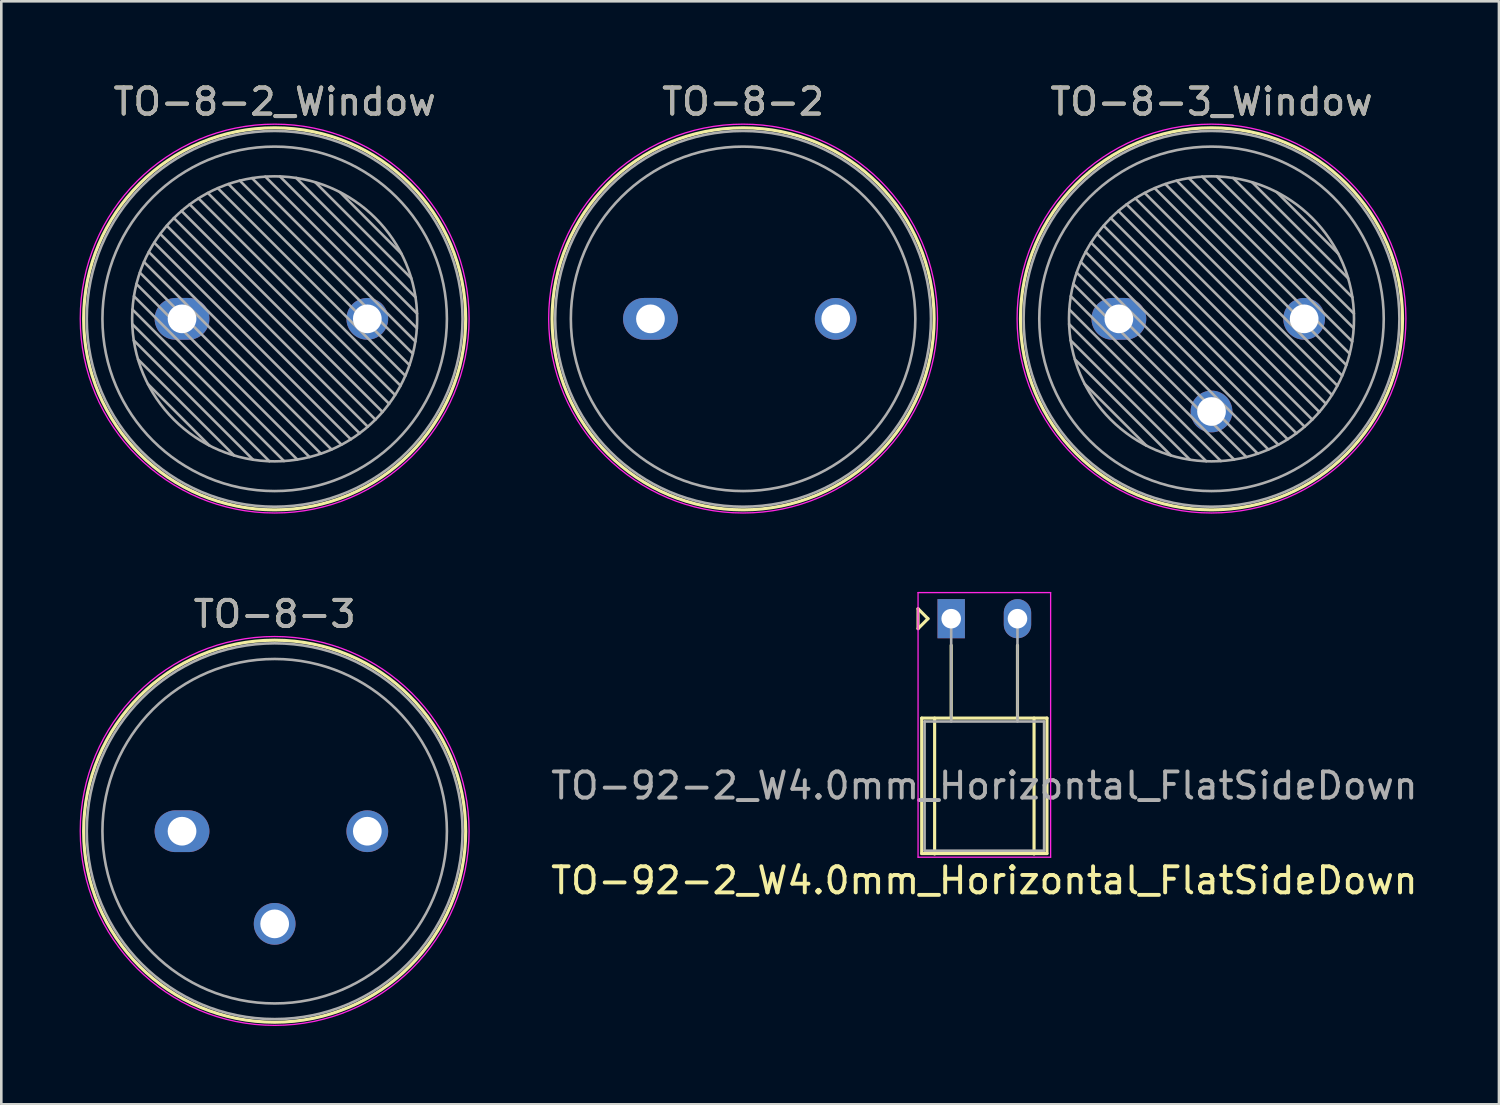
<source format=kicad_pcb>
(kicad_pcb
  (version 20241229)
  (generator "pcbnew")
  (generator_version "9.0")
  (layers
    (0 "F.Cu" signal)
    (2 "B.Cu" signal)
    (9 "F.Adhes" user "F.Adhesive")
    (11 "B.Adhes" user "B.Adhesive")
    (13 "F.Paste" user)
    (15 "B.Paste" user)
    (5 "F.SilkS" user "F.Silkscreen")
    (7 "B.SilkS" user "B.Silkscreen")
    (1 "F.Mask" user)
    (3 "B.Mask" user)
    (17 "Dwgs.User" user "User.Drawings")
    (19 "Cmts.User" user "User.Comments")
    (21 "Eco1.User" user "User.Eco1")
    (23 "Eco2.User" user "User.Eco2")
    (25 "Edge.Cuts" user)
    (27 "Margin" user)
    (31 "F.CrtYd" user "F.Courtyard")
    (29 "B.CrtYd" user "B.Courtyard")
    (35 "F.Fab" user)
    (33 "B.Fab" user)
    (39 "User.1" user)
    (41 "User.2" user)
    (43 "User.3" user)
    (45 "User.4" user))
  (footprint "TO-8-2_Window"
    (layer "F.Cu")
    (at 3.925 9.168)
    (property "Reference" "TO-8-2_Window" (at 3.55 -8.32 0) (layer "F.SilkS") (effects (font (size 1 1) (thickness 0.15))))
    (attr through_hole)
    (fp_circle (center 3.55 0) (end 10.87 0) (stroke (width 0.12) (type solid)) (fill no) (layer "F.SilkS"))
    (fp_circle (center 3.55 -0.01) (end 11 -0.01) (stroke (width 0.05) (type solid)) (fill no) (layer "F.CrtYd"))
    (fp_line (start -1.908 0.2) (end 3.35 5.458) (stroke (width 0.1) (type solid)) (layer "F.Fab"))
    (fp_line (start -1.9 -0.359) (end 3.909 5.45) (stroke (width 0.1) (type solid)) (layer "F.Fab"))
    (fp_line (start -1.849 0.825) (end 2.725 5.399) (stroke (width 0.1) (type solid)) (layer "F.Fab"))
    (fp_line (start -1.842 -0.867) (end 4.417 5.392) (stroke (width 0.1) (type solid)) (layer "F.Fab"))
    (fp_line (start -1.746 -1.336) (end 4.886 5.296) (stroke (width 0.1) (type solid)) (layer "F.Fab"))
    (fp_line (start -1.686 1.553) (end 1.997 5.236) (stroke (width 0.1) (type solid)) (layer "F.Fab"))
    (fp_line (start -1.616 -1.772) (end 5.322 5.166) (stroke (width 0.1) (type solid)) (layer "F.Fab"))
    (fp_line (start -1.458 -2.18) (end 5.73 5.008) (stroke (width 0.1) (type solid)) (layer "F.Fab"))
    (fp_line (start -1.307 2.498) (end 1.052 4.857) (stroke (width 0.1) (type solid)) (layer "F.Fab"))
    (fp_line (start -1.274 -2.561) (end 6.111 4.824) (stroke (width 0.1) (type solid)) (layer "F.Fab"))
    (fp_line (start -1.066 -2.919) (end 6.469 4.616) (stroke (width 0.1) (type solid)) (layer "F.Fab"))
    (fp_line (start -0.836 -3.255) (end 6.805 4.386) (stroke (width 0.1) (type solid)) (layer "F.Fab"))
    (fp_line (start -0.584 -3.569) (end 7.119 4.134) (stroke (width 0.1) (type solid)) (layer "F.Fab"))
    (fp_line (start -0.312 -3.862) (end 7.412 3.862) (stroke (width 0.1) (type solid)) (layer "F.Fab"))
    (fp_line (start -0.019 -4.134) (end 7.684 3.569) (stroke (width 0.1) (type solid)) (layer "F.Fab"))
    (fp_line (start 0.295 -4.386) (end 7.936 3.255) (stroke (width 0.1) (type solid)) (layer "F.Fab"))
    (fp_line (start 0.631 -4.616) (end 8.166 2.919) (stroke (width 0.1) (type solid)) (layer "F.Fab"))
    (fp_line (start 0.989 -4.824) (end 8.374 2.561) (stroke (width 0.1) (type solid)) (layer "F.Fab"))
    (fp_line (start 1.37 -5.008) (end 8.558 2.18) (stroke (width 0.1) (type solid)) (layer "F.Fab"))
    (fp_line (start 1.778 -5.166) (end 8.716 1.772) (stroke (width 0.1) (type solid)) (layer "F.Fab"))
    (fp_line (start 2.214 -5.296) (end 8.846 1.336) (stroke (width 0.1) (type solid)) (layer "F.Fab"))
    (fp_line (start 2.683 -5.392) (end 8.942 0.867) (stroke (width 0.1) (type solid)) (layer "F.Fab"))
    (fp_line (start 3.191 -5.45) (end 9 0.359) (stroke (width 0.1) (type solid)) (layer "F.Fab"))
    (fp_line (start 3.75 -5.458) (end 9.008 -0.2) (stroke (width 0.1) (type solid)) (layer "F.Fab"))
    (fp_line (start 4.375 -5.399) (end 8.949 -0.825) (stroke (width 0.1) (type solid)) (layer "F.Fab"))
    (fp_line (start 5.103 -5.236) (end 8.786 -1.553) (stroke (width 0.1) (type solid)) (layer "F.Fab"))
    (fp_line (start 6.048 -4.857) (end 8.407 -2.498) (stroke (width 0.1) (type solid)) (layer "F.Fab"))
    (fp_circle (center 3.55 0) (end 9.011 0) (stroke (width 0.1) (type solid)) (fill no) (layer "F.Fab"))
    (fp_circle (center 3.55 0) (end 10.15 0) (stroke (width 0.1) (type solid)) (fill no) (layer "F.Fab"))
    (fp_circle (center 3.55 0) (end 10.75 0) (stroke (width 0.1) (type solid)) (fill no) (layer "F.Fab"))
    (fp_text user "${REFERENCE}" (at 3.55 -8.32 0) (layer "F.Fab") (effects (font (size 1 1) (thickness 0.15))))
    (pad "1" thru_hole oval (at 0 0) (size 2.1 1.6) (drill 1.1) (layers "*.Cu" "*.Mask"))
    (pad "2" thru_hole oval (at 7.1 0) (size 1.6 1.6) (drill 1.1) (layers "*.Cu" "*.Mask")))
  (footprint "TO-8-3"
    (layer "F.Cu")
    (at 3.925 28.802)
    (property "Reference" "TO-8-3" (at 3.55 -8.32 0) (layer "F.SilkS") (effects (font (size 1 1) (thickness 0.15))))
    (attr through_hole)
    (fp_circle (center 3.55 0) (end 10.87 0) (stroke (width 0.12) (type solid)) (fill no) (layer "F.SilkS"))
    (fp_circle (center 3.55 -0.01) (end 11 -0.01) (stroke (width 0.05) (type solid)) (fill no) (layer "F.CrtYd"))
    (fp_circle (center 3.55 0) (end 10.15 0) (stroke (width 0.1) (type solid)) (fill no) (layer "F.Fab"))
    (fp_circle (center 3.55 0) (end 10.75 0) (stroke (width 0.1) (type solid)) (fill no) (layer "F.Fab"))
    (fp_text user "${REFERENCE}" (at 3.55 -8.32 0) (layer "F.Fab") (effects (font (size 1 1) (thickness 0.15))))
    (pad "1" thru_hole oval (at 0 0) (size 2.1 1.6) (drill 1.1) (layers "*.Cu" "*.Mask"))
    (pad "2" thru_hole oval (at 3.55 3.55) (size 1.6 1.6) (drill 1.1) (layers "*.Cu" "*.Mask"))
    (pad "3" thru_hole oval (at 7.1 0) (size 1.6 1.6) (drill 1.1) (layers "*.Cu" "*.Mask")))
  (footprint "TO-8-3_Window"
    (layer "F.Cu")
    (at 39.825 9.168)
    (property "Reference" "TO-8-3_Window" (at 3.55 -8.32 0) (layer "F.SilkS") (effects (font (size 1 1) (thickness 0.15))))
    (attr through_hole)
    (fp_circle (center 3.55 0) (end 10.87 0) (stroke (width 0.12) (type solid)) (fill no) (layer "F.SilkS"))
    (fp_circle (center 3.55 -0.01) (end 11 -0.01) (stroke (width 0.05) (type solid)) (fill no) (layer "F.CrtYd"))
    (fp_line (start -1.908 0.2) (end 3.35 5.458) (stroke (width 0.1) (type solid)) (layer "F.Fab"))
    (fp_line (start -1.9 -0.359) (end 3.909 5.45) (stroke (width 0.1) (type solid)) (layer "F.Fab"))
    (fp_line (start -1.849 0.825) (end 2.725 5.399) (stroke (width 0.1) (type solid)) (layer "F.Fab"))
    (fp_line (start -1.842 -0.867) (end 4.417 5.392) (stroke (width 0.1) (type solid)) (layer "F.Fab"))
    (fp_line (start -1.746 -1.336) (end 4.886 5.296) (stroke (width 0.1) (type solid)) (layer "F.Fab"))
    (fp_line (start -1.686 1.553) (end 1.997 5.236) (stroke (width 0.1) (type solid)) (layer "F.Fab"))
    (fp_line (start -1.616 -1.772) (end 5.322 5.166) (stroke (width 0.1) (type solid)) (layer "F.Fab"))
    (fp_line (start -1.458 -2.18) (end 5.73 5.008) (stroke (width 0.1) (type solid)) (layer "F.Fab"))
    (fp_line (start -1.307 2.498) (end 1.052 4.857) (stroke (width 0.1) (type solid)) (layer "F.Fab"))
    (fp_line (start -1.274 -2.561) (end 6.111 4.824) (stroke (width 0.1) (type solid)) (layer "F.Fab"))
    (fp_line (start -1.066 -2.919) (end 6.469 4.616) (stroke (width 0.1) (type solid)) (layer "F.Fab"))
    (fp_line (start -0.836 -3.255) (end 6.805 4.386) (stroke (width 0.1) (type solid)) (layer "F.Fab"))
    (fp_line (start -0.584 -3.569) (end 7.119 4.134) (stroke (width 0.1) (type solid)) (layer "F.Fab"))
    (fp_line (start -0.312 -3.862) (end 7.412 3.862) (stroke (width 0.1) (type solid)) (layer "F.Fab"))
    (fp_line (start -0.019 -4.134) (end 7.684 3.569) (stroke (width 0.1) (type solid)) (layer "F.Fab"))
    (fp_line (start 0.295 -4.386) (end 7.936 3.255) (stroke (width 0.1) (type solid)) (layer "F.Fab"))
    (fp_line (start 0.631 -4.616) (end 8.166 2.919) (stroke (width 0.1) (type solid)) (layer "F.Fab"))
    (fp_line (start 0.989 -4.824) (end 8.374 2.561) (stroke (width 0.1) (type solid)) (layer "F.Fab"))
    (fp_line (start 1.37 -5.008) (end 8.558 2.18) (stroke (width 0.1) (type solid)) (layer "F.Fab"))
    (fp_line (start 1.778 -5.166) (end 8.716 1.772) (stroke (width 0.1) (type solid)) (layer "F.Fab"))
    (fp_line (start 2.214 -5.296) (end 8.846 1.336) (stroke (width 0.1) (type solid)) (layer "F.Fab"))
    (fp_line (start 2.683 -5.392) (end 8.942 0.867) (stroke (width 0.1) (type solid)) (layer "F.Fab"))
    (fp_line (start 3.191 -5.45) (end 9 0.359) (stroke (width 0.1) (type solid)) (layer "F.Fab"))
    (fp_line (start 3.75 -5.458) (end 9.008 -0.2) (stroke (width 0.1) (type solid)) (layer "F.Fab"))
    (fp_line (start 4.375 -5.399) (end 8.949 -0.825) (stroke (width 0.1) (type solid)) (layer "F.Fab"))
    (fp_line (start 5.103 -5.236) (end 8.786 -1.553) (stroke (width 0.1) (type solid)) (layer "F.Fab"))
    (fp_line (start 6.048 -4.857) (end 8.407 -2.498) (stroke (width 0.1) (type solid)) (layer "F.Fab"))
    (fp_circle (center 3.55 0) (end 9.011 0) (stroke (width 0.1) (type solid)) (fill no) (layer "F.Fab"))
    (fp_circle (center 3.55 0) (end 10.15 0) (stroke (width 0.1) (type solid)) (fill no) (layer "F.Fab"))
    (fp_circle (center 3.55 0) (end 10.75 0) (stroke (width 0.1) (type solid)) (fill no) (layer "F.Fab"))
    (fp_text user "${REFERENCE}" (at 3.55 -8.32 0) (layer "F.Fab") (effects (font (size 1 1) (thickness 0.15))))
    (pad "1" thru_hole oval (at 0 0) (size 2.1 1.6) (drill 1.1) (layers "*.Cu" "*.Mask"))
    (pad "2" thru_hole oval (at 3.55 3.55) (size 1.6 1.6) (drill 1.1) (layers "*.Cu" "*.Mask"))
    (pad "3" thru_hole oval (at 7.1 0) (size 1.6 1.6) (drill 1.1) (layers "*.Cu" "*.Mask")))
  (footprint "TO-92-2_W4.0mm_Horizontal_FlatSideDown"
    (layer "F.Cu")
    (at 33.4 20.658)
    (property "Reference" "TO-92-2_W4.0mm_Horizontal_FlatSideDown" (at 1.27 10.033 0) (layer "F.SilkS") (effects (font (size 1 1) (thickness 0.15))))
    (attr through_hole)
    (fp_line (start -1.27 -0.381) (end -1.27 0.381) (stroke (width 0.12) (type solid)) (layer "F.SilkS"))
    (fp_line (start -1.27 0.381) (end -0.889 0) (stroke (width 0.12) (type solid)) (layer "F.SilkS"))
    (fp_line (start -1.13 3.81) (end 3.67 3.81) (stroke (width 0.12) (type solid)) (layer "F.SilkS"))
    (fp_line (start -1.13 9) (end -1.13 3.81) (stroke (width 0.12) (type solid)) (layer "F.SilkS"))
    (fp_line (start -0.889 0) (end -1.27 -0.381) (stroke (width 0.12) (type solid)) (layer "F.SilkS"))
    (fp_line (start -0.635 3.81) (end -0.635 9.017) (stroke (width 0.12) (type solid)) (layer "F.SilkS"))
    (fp_line (start 0 1.02) (end 0 3.81) (stroke (width 0.12) (type solid)) (layer "F.SilkS"))
    (fp_line (start 2.54 1.02) (end 2.54 3.81) (stroke (width 0.12) (type solid)) (layer "F.SilkS"))
    (fp_line (start 3.175 3.81) (end 3.175 9.017) (stroke (width 0.12) (type solid)) (layer "F.SilkS"))
    (fp_line (start 3.67 3.81) (end 3.67 9) (stroke (width 0.12) (type solid)) (layer "F.SilkS"))
    (fp_line (start 3.67 9) (end -1.13 9) (stroke (width 0.12) (type solid)) (layer "F.SilkS"))
    (fp_line (start -1.27 -1) (end -1.27 9.14) (stroke (width 0.05) (type solid)) (layer "F.CrtYd"))
    (fp_line (start -1.27 -1) (end 3.81 -1) (stroke (width 0.05) (type solid)) (layer "F.CrtYd"))
    (fp_line (start 3.81 9.14) (end -1.27 9.14) (stroke (width 0.05) (type solid)) (layer "F.CrtYd"))
    (fp_line (start 3.81 9.14) (end 3.81 -1) (stroke (width 0.05) (type solid)) (layer "F.CrtYd"))
    (fp_line (start -1.02 3.94) (end 3.56 3.94) (stroke (width 0.1) (type solid)) (layer "F.Fab"))
    (fp_line (start -1.02 8.89) (end -1.02 3.94) (stroke (width 0.1) (type solid)) (layer "F.Fab"))
    (fp_line (start 0 3.94) (end 0 0) (stroke (width 0.1) (type solid)) (layer "F.Fab"))
    (fp_line (start 2.54 3.94) (end 2.54 0) (stroke (width 0.1) (type solid)) (layer "F.Fab"))
    (fp_line (start 3.56 3.94) (end 3.56 8.89) (stroke (width 0.1) (type solid)) (layer "F.Fab"))
    (fp_line (start 3.56 8.89) (end -1.02 8.89) (stroke (width 0.1) (type solid)) (layer "F.Fab"))
    (fp_text user "${REFERENCE}" (at 1.27 6.4 0) (layer "F.Fab") (effects (font (size 1 1) (thickness 0.15))))
    (pad "1" thru_hole rect (at 0 0) (size 1.05 1.5) (drill 0.75) (layers "*.Cu" "*.Mask"))
    (pad "3" thru_hole oval (at 2.54 0) (size 1.05 1.5) (drill 0.75) (layers "*.Cu" "*.Mask")))
  (footprint "TO-8-2"
    (layer "F.Cu")
    (at 21.875 9.168)
    (property "Reference" "TO-8-2" (at 3.55 -8.32 0) (layer "F.SilkS") (effects (font (size 1 1) (thickness 0.15))))
    (attr through_hole)
    (fp_circle (center 3.55 0) (end 10.87 0) (stroke (width 0.12) (type solid)) (fill no) (layer "F.SilkS"))
    (fp_circle (center 3.55 -0.01) (end 11 -0.01) (stroke (width 0.05) (type solid)) (fill no) (layer "F.CrtYd"))
    (fp_circle (center 3.55 0) (end 10.15 0) (stroke (width 0.1) (type solid)) (fill no) (layer "F.Fab"))
    (fp_circle (center 3.55 0) (end 10.75 0) (stroke (width 0.1) (type solid)) (fill no) (layer "F.Fab"))
    (fp_text user "${REFERENCE}" (at 3.55 -8.32 0) (layer "F.Fab") (effects (font (size 1 1) (thickness 0.15))))
    (pad "1" thru_hole oval (at 0 0) (size 2.1 1.6) (drill 1.1) (layers "*.Cu" "*.Mask"))
    (pad "2" thru_hole oval (at 7.1 0) (size 1.6 1.6) (drill 1.1) (layers "*.Cu" "*.Mask")))
  (gr_rect
    (start -3 -3)
    (end 54.39 39.267)
    (stroke (width 0.1) (type default))
    (fill no)
    (layer "Edge.Cuts")))
</source>
